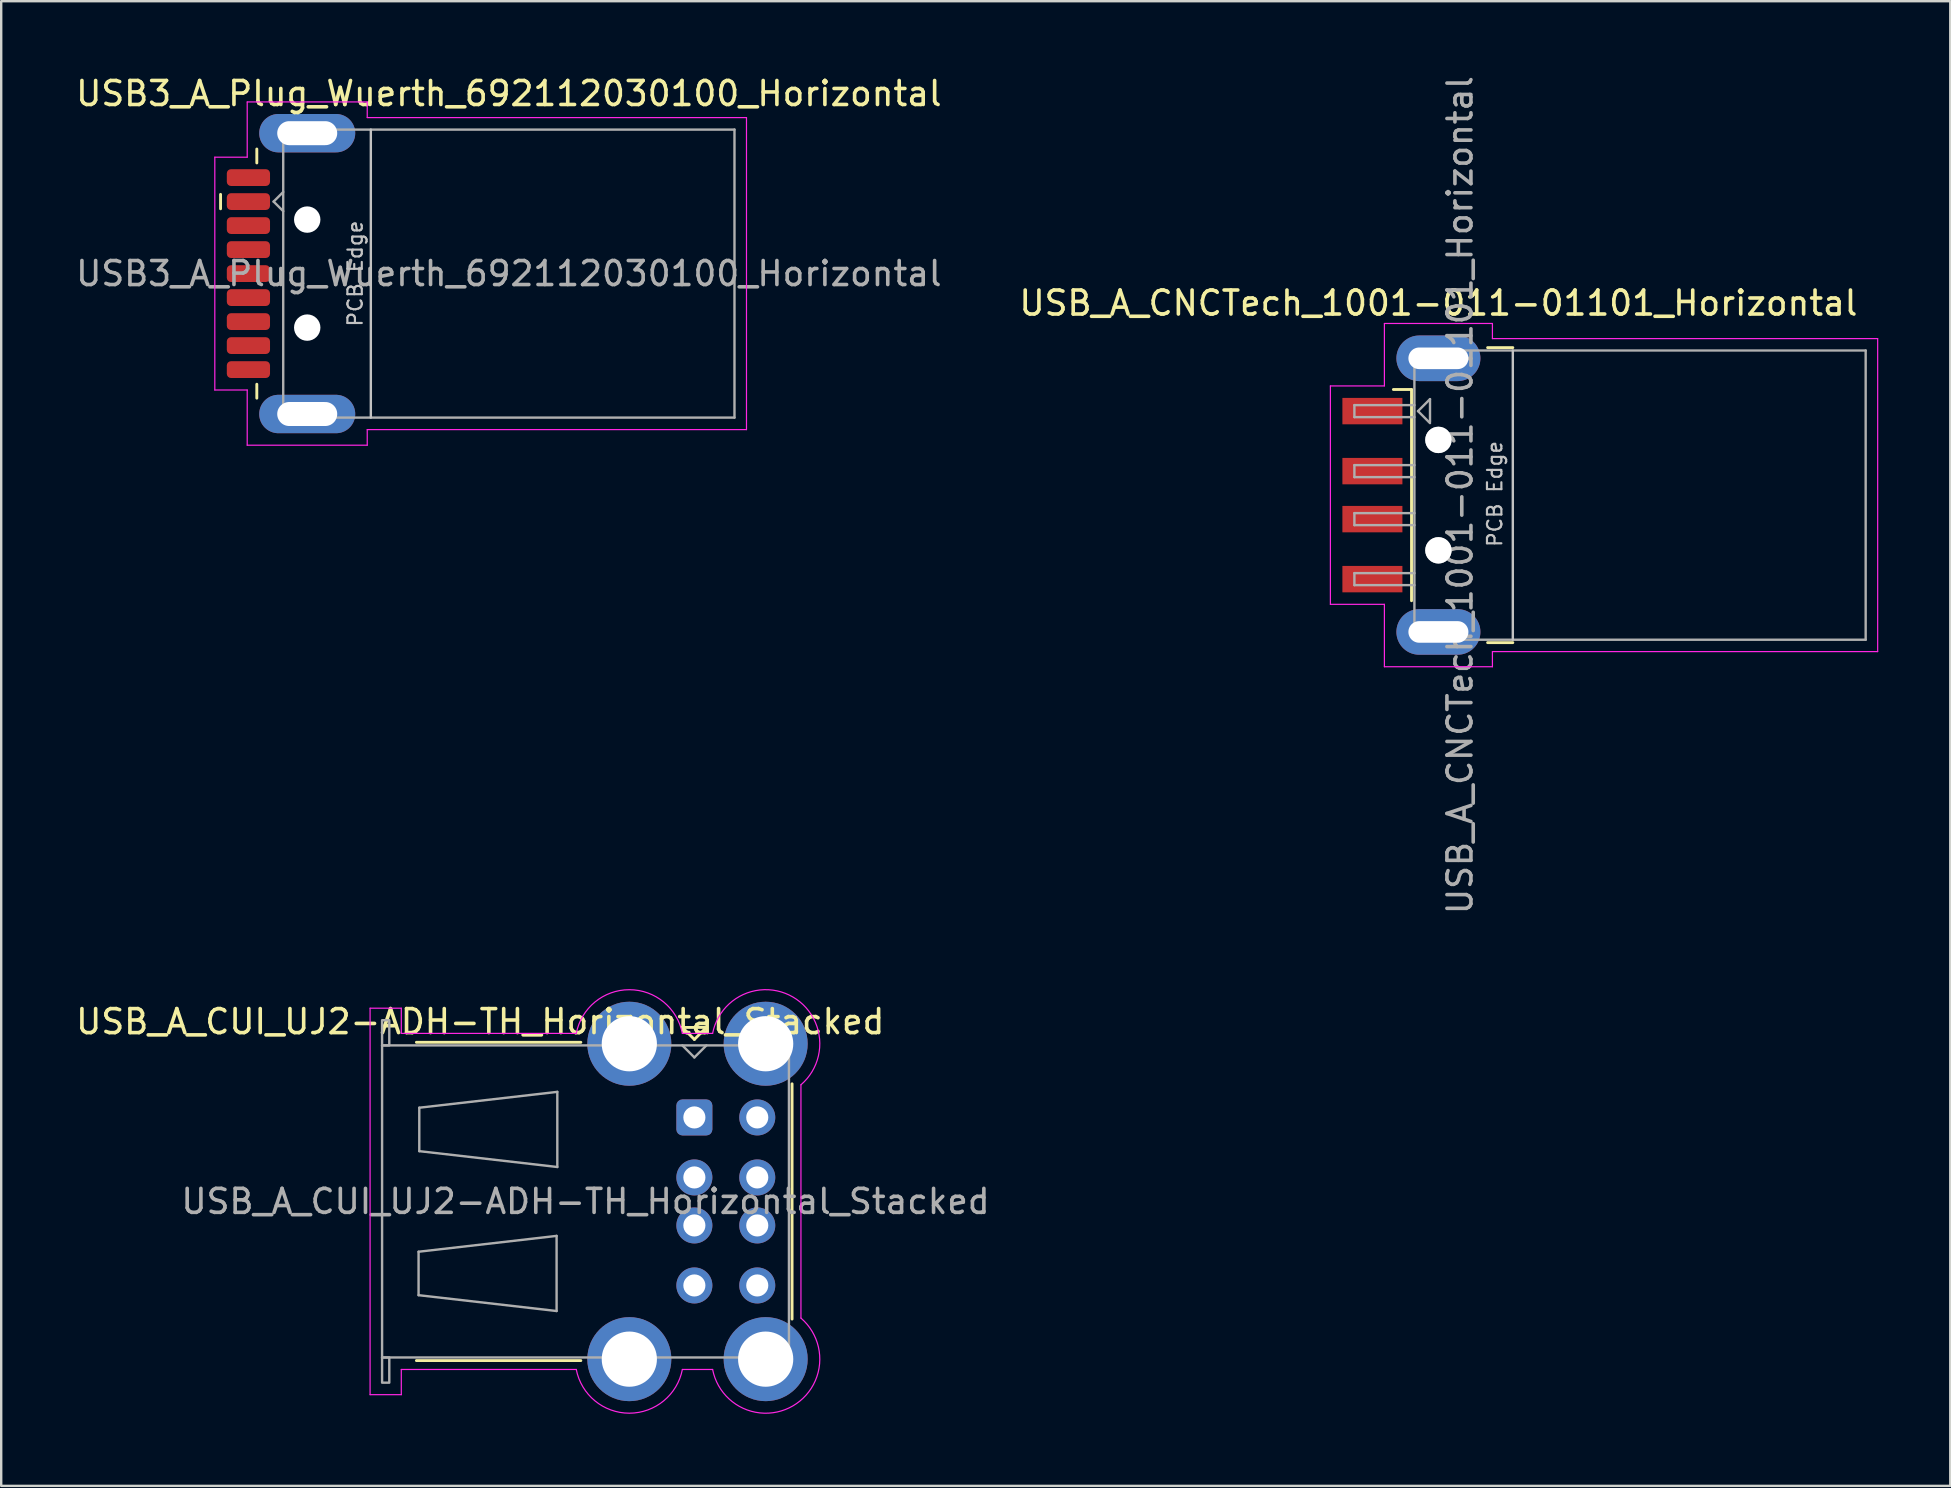
<source format=kicad_pcb>
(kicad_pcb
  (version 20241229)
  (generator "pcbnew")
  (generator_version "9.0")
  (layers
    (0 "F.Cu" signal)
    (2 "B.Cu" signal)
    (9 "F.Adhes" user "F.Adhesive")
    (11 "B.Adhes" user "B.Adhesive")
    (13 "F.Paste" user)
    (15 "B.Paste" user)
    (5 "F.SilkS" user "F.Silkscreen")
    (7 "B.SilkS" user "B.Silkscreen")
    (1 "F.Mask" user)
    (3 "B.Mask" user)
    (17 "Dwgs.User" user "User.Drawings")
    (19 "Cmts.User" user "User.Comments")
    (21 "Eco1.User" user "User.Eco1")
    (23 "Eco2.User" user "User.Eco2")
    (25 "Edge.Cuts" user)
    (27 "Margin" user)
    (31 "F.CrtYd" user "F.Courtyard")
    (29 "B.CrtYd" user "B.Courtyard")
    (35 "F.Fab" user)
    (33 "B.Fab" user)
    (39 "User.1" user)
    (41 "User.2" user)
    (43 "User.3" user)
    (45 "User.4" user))
  (footprint "USB3_A_Plug_Wuerth_692112030100_Horizontal"
    (layer "F.Cu")
    (at 18.149 8.348)
    (property "Reference" "USB3_A_Plug_Wuerth_692112030100_Horizontal" (at 0 -7.5 0) (layer "F.SilkS") (effects (font (size 1 1) (thickness 0.15))))
    (attr smd)
    (fp_line (start -12.01 -2.7) (end -12.01 -3.3) (stroke (width 0.12) (type solid)) (layer "F.SilkS"))
    (fp_line (start -10.5 -4.61) (end -10.5 -5.19) (stroke (width 0.12) (type solid)) (layer "F.SilkS"))
    (fp_line (start -10.5 4.61) (end -10.5 5.19) (stroke (width 0.12) (type solid)) (layer "F.SilkS"))
    (fp_line (start -5.75 6) (end -5.75 -6) (stroke (width 0.1) (type solid)) (layer "Dwgs.User"))
    (fp_line (start -12.25 -4.85) (end -12.25 4.85) (stroke (width 0.05) (type solid)) (layer "F.CrtYd"))
    (fp_line (start -10.9 -7.15) (end -10.9 -4.85) (stroke (width 0.05) (type solid)) (layer "F.CrtYd"))
    (fp_line (start -10.9 -4.85) (end -12.25 -4.85) (stroke (width 0.05) (type solid)) (layer "F.CrtYd"))
    (fp_line (start -10.9 4.85) (end -12.25 4.85) (stroke (width 0.05) (type solid)) (layer "F.CrtYd"))
    (fp_line (start -10.9 7.15) (end -10.9 4.85) (stroke (width 0.05) (type solid)) (layer "F.CrtYd"))
    (fp_line (start -5.9 -7.15) (end -10.9 -7.15) (stroke (width 0.05) (type solid)) (layer "F.CrtYd"))
    (fp_line (start -5.9 -6.5) (end -5.9 -7.15) (stroke (width 0.05) (type solid)) (layer "F.CrtYd"))
    (fp_line (start -5.9 6.5) (end -5.9 7.15) (stroke (width 0.05) (type solid)) (layer "F.CrtYd"))
    (fp_line (start -5.9 7.15) (end -10.9 7.15) (stroke (width 0.05) (type solid)) (layer "F.CrtYd"))
    (fp_line (start 9.9 -6.5) (end -5.9 -6.5) (stroke (width 0.05) (type solid)) (layer "F.CrtYd"))
    (fp_line (start 9.9 6.5) (end -5.9 6.5) (stroke (width 0.05) (type solid)) (layer "F.CrtYd"))
    (fp_line (start 9.9 6.5) (end 9.9 -6.5) (stroke (width 0.05) (type solid)) (layer "F.CrtYd"))
    (fp_line (start -9.8 -3) (end -9.4 -3.4) (stroke (width 0.1) (type solid)) (layer "F.Fab"))
    (fp_line (start -9.8 -3) (end -9.4 -2.6) (stroke (width 0.1) (type solid)) (layer "F.Fab"))
    (fp_line (start -9.4 6) (end -9.4 -6) (stroke (width 0.1) (type solid)) (layer "F.Fab"))
    (fp_line (start 9.4 -6) (end -9.4 -6) (stroke (width 0.1) (type solid)) (layer "F.Fab"))
    (fp_line (start 9.4 6) (end -9.4 6) (stroke (width 0.1) (type solid)) (layer "F.Fab"))
    (fp_line (start 9.4 6) (end 9.4 -6) (stroke (width 0.1) (type solid)) (layer "F.Fab"))
    (fp_text user "PCB Edge" (at -6.4 0 90) (layer "Dwgs.User") (effects (font (size 0.6 0.6) (thickness 0.09))))
    (fp_text user "${REFERENCE}" (at 0 0 180) (layer "F.Fab") (effects (font (size 1 1) (thickness 0.15))))
    (pad "" np_thru_hole circle (at -8.4 -2.25 90) (size 1.1 1.1) (drill 1.1) (layers "*.Cu" "*.Mask"))
    (pad "" np_thru_hole circle (at -8.4 2.25 90) (size 1.1 1.1) (drill 1.1) (layers "*.Cu" "*.Mask"))
    (pad "1" smd roundrect (at -10.85 -3 90) (size 0.7 1.8) (layers "F.Cu" "F.Mask" "F.Paste") (roundrect_rratio 0.25))
    (pad "2" smd roundrect (at -10.85 -1 90) (size 0.7 1.8) (layers "F.Cu" "F.Mask" "F.Paste") (roundrect_rratio 0.25))
    (pad "3" smd roundrect (at -10.85 1 90) (size 0.7 1.8) (layers "F.Cu" "F.Mask" "F.Paste") (roundrect_rratio 0.25))
    (pad "4" smd roundrect (at -10.85 3 90) (size 0.7 1.8) (layers "F.Cu" "F.Mask" "F.Paste") (roundrect_rratio 0.25))
    (pad "5" smd roundrect (at -10.85 4 90) (size 0.7 1.8) (layers "F.Cu" "F.Mask" "F.Paste") (roundrect_rratio 0.25))
    (pad "6" smd roundrect (at -10.85 2 90) (size 0.7 1.8) (layers "F.Cu" "F.Mask" "F.Paste") (roundrect_rratio 0.25))
    (pad "7" smd roundrect (at -10.85 0 90) (size 0.7 1.8) (layers "F.Cu" "F.Mask" "F.Paste") (roundrect_rratio 0.25))
    (pad "8" smd roundrect (at -10.85 -2 90) (size 0.7 1.8) (layers "F.Cu" "F.Mask" "F.Paste") (roundrect_rratio 0.25))
    (pad "9" smd roundrect (at -10.85 -4) (size 1.8 0.7) (layers "F.Cu" "F.Mask" "F.Paste") (roundrect_rratio 0.25))
    (pad "10" thru_hole oval (at -8.4 -5.85 90) (size 1.6 4) (drill oval 1 2.5) (property pad_prop_mechanical) (layers "*.Cu" "*.Mask"))
    (pad "10" thru_hole oval (at -8.4 5.85 90) (size 1.6 4) (drill oval 1 2.5) (property pad_prop_mechanical) (layers "*.Cu" "*.Mask")))
  (footprint "USB_A_CNCTech_1001-011-01101_Horizontal"
    (layer "F.Cu")
    (at 63.775 17.577)
    (property "Reference" "USB_A_CNCTech_1001-011-01101_Horizontal" (at -6.9 -8 0) (layer "F.SilkS") (effects (font (size 1 1) (thickness 0.15))))
    (attr smd)
    (fp_line (start -8.02 -4.4) (end -8.775 -4.4) (stroke (width 0.12) (type solid)) (layer "F.SilkS"))
    (fp_line (start -8.02 -4.4) (end -8.02 4.4) (stroke (width 0.12) (type solid)) (layer "F.SilkS"))
    (fp_line (start -4.85 -6.145) (end -3.8 -6.145) (stroke (width 0.12) (type solid)) (layer "F.SilkS"))
    (fp_line (start -4.85 6.145) (end -3.8 6.145) (stroke (width 0.12) (type solid)) (layer "F.SilkS"))
    (fp_line (start -3.8 6.025) (end -3.8 -6.025) (stroke (width 0.1) (type solid)) (layer "Dwgs.User"))
    (fp_line (start -11.4 -4.55) (end -9.15 -4.55) (stroke (width 0.05) (type solid)) (layer "F.CrtYd"))
    (fp_line (start -11.4 4.55) (end -11.4 -4.55) (stroke (width 0.05) (type solid)) (layer "F.CrtYd"))
    (fp_line (start -11.4 4.55) (end -9.15 4.55) (stroke (width 0.05) (type solid)) (layer "F.CrtYd"))
    (fp_line (start -9.15 -7.15) (end -9.15 -4.55) (stroke (width 0.05) (type solid)) (layer "F.CrtYd"))
    (fp_line (start -9.15 -7.15) (end -4.65 -7.15) (stroke (width 0.05) (type solid)) (layer "F.CrtYd"))
    (fp_line (start -9.15 4.55) (end -9.15 7.15) (stroke (width 0.05) (type solid)) (layer "F.CrtYd"))
    (fp_line (start -9.15 7.15) (end -4.65 7.15) (stroke (width 0.05) (type solid)) (layer "F.CrtYd"))
    (fp_line (start -4.65 -6.52) (end -4.65 -7.15) (stroke (width 0.05) (type solid)) (layer "F.CrtYd"))
    (fp_line (start -4.65 -6.52) (end 11.4 -6.52) (stroke (width 0.05) (type solid)) (layer "F.CrtYd"))
    (fp_line (start -4.65 6.52) (end 11.4 6.52) (stroke (width 0.05) (type solid)) (layer "F.CrtYd"))
    (fp_line (start -4.65 7.15) (end -4.65 6.52) (stroke (width 0.05) (type solid)) (layer "F.CrtYd"))
    (fp_line (start 11.4 6.52) (end 11.4 -6.52) (stroke (width 0.05) (type solid)) (layer "F.CrtYd"))
    (fp_line (start -10.4 -3.75) (end -7.9 -3.75) (stroke (width 0.1) (type solid)) (layer "F.Fab"))
    (fp_line (start -10.4 -3.25) (end -10.4 -3.75) (stroke (width 0.1) (type solid)) (layer "F.Fab"))
    (fp_line (start -10.4 -3.25) (end -7.9 -3.25) (stroke (width 0.1) (type solid)) (layer "F.Fab"))
    (fp_line (start -10.4 -1.25) (end -7.9 -1.25) (stroke (width 0.1) (type solid)) (layer "F.Fab"))
    (fp_line (start -10.4 -0.75) (end -10.4 -1.25) (stroke (width 0.1) (type solid)) (layer "F.Fab"))
    (fp_line (start -10.4 -0.75) (end -7.9 -0.75) (stroke (width 0.1) (type solid)) (layer "F.Fab"))
    (fp_line (start -10.4 0.75) (end -7.9 0.75) (stroke (width 0.1) (type solid)) (layer "F.Fab"))
    (fp_line (start -10.4 1.25) (end -10.4 0.75) (stroke (width 0.1) (type solid)) (layer "F.Fab"))
    (fp_line (start -10.4 1.25) (end -7.9 1.25) (stroke (width 0.1) (type solid)) (layer "F.Fab"))
    (fp_line (start -10.4 3.25) (end -7.9 3.25) (stroke (width 0.1) (type solid)) (layer "F.Fab"))
    (fp_line (start -10.4 3.75) (end -10.4 3.25) (stroke (width 0.1) (type solid)) (layer "F.Fab"))
    (fp_line (start -10.4 3.75) (end -7.9 3.75) (stroke (width 0.1) (type solid)) (layer "F.Fab"))
    (fp_line (start -7.9 -6.025) (end 10.9 -6.025) (stroke (width 0.1) (type solid)) (layer "F.Fab"))
    (fp_line (start -7.9 6.025) (end -7.9 -6.025) (stroke (width 0.1) (type solid)) (layer "F.Fab"))
    (fp_line (start -7.9 6.025) (end 10.9 6.025) (stroke (width 0.1) (type solid)) (layer "F.Fab"))
    (fp_line (start -7.75 -3.5) (end -7.25 -4) (stroke (width 0.1) (type solid)) (layer "F.Fab"))
    (fp_line (start -7.75 -3.5) (end -7.25 -3) (stroke (width 0.1) (type solid)) (layer "F.Fab"))
    (fp_line (start -7.25 -4) (end -7.25 -3.05) (stroke (width 0.1) (type solid)) (layer "F.Fab"))
    (fp_line (start 10.9 6.025) (end 10.9 -6.025) (stroke (width 0.1) (type solid)) (layer "F.Fab"))
    (fp_circle (center -6.9 -2.3) (end -6.9 -2.8) (stroke (width 0.1) (type solid)) (fill no) (layer "F.Fab"))
    (fp_circle (center -6.9 2.3) (end -6.9 2.8) (stroke (width 0.1) (type solid)) (fill no) (layer "F.Fab"))
    (fp_text user "PCB Edge" (at -4.55 -0.05 90) (layer "Dwgs.User") (effects (font (size 0.6 0.6) (thickness 0.09))))
    (fp_text user "${REFERENCE}" (at -6 0 90) (layer "F.Fab") (effects (font (size 1 1) (thickness 0.15))))
    (pad "" np_thru_hole circle (at -6.9 -2.3) (size 1.1 1.1) (drill 1.1) (layers "*.Cu" "*.Mask"))
    (pad "" np_thru_hole circle (at -6.9 2.3) (size 1.1 1.1) (drill 1.1) (layers "*.Cu" "*.Mask"))
    (pad "1" smd rect (at -9.65 -3.5) (size 2.5 1.1) (layers "F.Cu" "F.Mask" "F.Paste"))
    (pad "2" smd rect (at -9.65 -1) (size 2.5 1.1) (layers "F.Cu" "F.Mask" "F.Paste"))
    (pad "3" smd rect (at -9.65 1) (size 2.5 1.1) (layers "F.Cu" "F.Mask" "F.Paste"))
    (pad "4" smd rect (at -9.65 3.5) (size 2.5 1.1) (layers "F.Cu" "F.Mask" "F.Paste"))
    (pad "5" thru_hole oval (at -6.9 -5.7) (size 3.5 1.9) (drill oval 2.5 0.9) (property pad_prop_mechanical) (layers "*.Cu" "*.Mask"))
    (pad "5" thru_hole oval (at -6.9 5.7) (size 3.5 1.9) (drill oval 2.5 0.9) (property pad_prop_mechanical) (layers "*.Cu" "*.Mask")))
  (footprint "USB_A_CUI_UJ2-ADH-TH_Horizontal_Stacked"
    (layer "F.Cu")
    (at 25.878 43.503)
    (property "Reference" "USB_A_CUI_UJ2-ADH-TH_Horizontal_Stacked" (at -8.92 -3.99 0) (layer "F.SilkS") (effects (font (size 1 1) (thickness 0.15))))
    (attr through_hole)
    (fp_line (start -11.58 10.13) (end -4.73 10.13) (stroke (width 0.12) (type solid)) (layer "F.SilkS"))
    (fp_line (start -4.73 -3.13) (end -11.58 -3.13) (stroke (width 0.12) (type solid)) (layer "F.SilkS"))
    (fp_line (start -0.5 -3.75) (end 0 -3.25) (stroke (width 0.12) (type solid)) (layer "F.SilkS"))
    (fp_line (start 0 -3.25) (end 0.5 -3.75) (stroke (width 0.12) (type solid)) (layer "F.SilkS"))
    (fp_line (start 0.5 -3.75) (end -0.5 -3.75) (stroke (width 0.12) (type solid)) (layer "F.SilkS"))
    (fp_line (start 4.07 8.4) (end 4.07 -1.4) (stroke (width 0.12) (type solid)) (layer "F.SilkS"))
    (fp_line (start -13.51 -4.55) (end -13.51 11.55) (stroke (width 0.05) (type solid)) (layer "F.CrtYd"))
    (fp_line (start -13.51 -4.55) (end -12.21 -4.55) (stroke (width 0.05) (type default)) (layer "F.CrtYd"))
    (fp_line (start -13.51 11.55) (end -12.21 11.55) (stroke (width 0.05) (type default)) (layer "F.CrtYd"))
    (fp_line (start -12.21 -4.55) (end -12.21 -3.5) (stroke (width 0.05) (type solid)) (layer "F.CrtYd"))
    (fp_line (start -12.21 10.5) (end -4.92 10.5) (stroke (width 0.05) (type solid)) (layer "F.CrtYd"))
    (fp_line (start -12.21 11.55) (end -12.21 10.5) (stroke (width 0.05) (type solid)) (layer "F.CrtYd"))
    (fp_line (start -4.92 -3.5) (end -12.21 -3.5) (stroke (width 0.05) (type solid)) (layer "F.CrtYd"))
    (fp_line (start -0.5 -3.5) (end 0.76 -3.5) (stroke (width 0.05) (type solid)) (layer "F.CrtYd"))
    (fp_line (start -0.5 10.5) (end 0.76 10.5) (stroke (width 0.05) (type solid)) (layer "F.CrtYd"))
    (fp_line (start 4.44 8.36) (end 4.44 -1.36) (stroke (width 0.05) (type solid)) (layer "F.CrtYd"))
    (fp_arc (start -4.92 -3.5) (mid -2.71 -5.321444) (end -0.5 -3.5) (stroke (width 0.05) (type solid)) (layer "F.CrtYd"))
    (fp_arc (start -0.5 10.5) (mid -2.71 12.321444) (end -4.92 10.5) (stroke (width 0.05) (type solid)) (layer "F.CrtYd"))
    (fp_arc (start 0.76 -3.5) (mid 4.104744 -5.017597) (end 4.44 -1.36) (stroke (width 0.05) (type solid)) (layer "F.CrtYd"))
    (fp_arc (start 2.97 10.07) (mid 2.97 10.07) (end 2.97 10.07) (stroke (width 0.05) (type solid)) (layer "F.CrtYd"))
    (fp_arc (start 4.44 8.36) (mid 4.104745 12.017598) (end 0.76 10.5) (stroke (width 0.05) (type solid)) (layer "F.CrtYd"))
    (fp_line (start -13.01 -3) (end -13.01 10) (stroke (width 0.1) (type solid)) (layer "F.Fab"))
    (fp_line (start -13.01 10) (end 3.94 10) (stroke (width 0.1) (type solid)) (layer "F.Fab"))
    (fp_line (start -11.49 5.595) (end -11.49 7.405) (stroke (width 0.1) (type solid)) (layer "F.Fab"))
    (fp_line (start -11.49 7.405) (end -5.74 8.065) (stroke (width 0.1) (type solid)) (layer "F.Fab"))
    (fp_line (start -11.46 -0.405) (end -11.46 1.405) (stroke (width 0.1) (type solid)) (layer "F.Fab"))
    (fp_line (start -11.46 1.405) (end -5.71 2.065) (stroke (width 0.1) (type solid)) (layer "F.Fab"))
    (fp_line (start -5.74 4.935) (end -11.49 5.595) (stroke (width 0.1) (type solid)) (layer "F.Fab"))
    (fp_line (start -5.74 8.065) (end -5.74 4.935) (stroke (width 0.1) (type solid)) (layer "F.Fab"))
    (fp_line (start -5.71 -1.065) (end -11.46 -0.405) (stroke (width 0.1) (type solid)) (layer "F.Fab"))
    (fp_line (start -5.71 2.065) (end -5.71 -1.065) (stroke (width 0.1) (type solid)) (layer "F.Fab"))
    (fp_line (start 0 -2.5) (end -0.5 -3) (stroke (width 0.1) (type solid)) (layer "F.Fab"))
    (fp_line (start 0 -2.5) (end 0.5 -3) (stroke (width 0.1) (type solid)) (layer "F.Fab"))
    (fp_line (start 3.94 -3) (end -13.01 -3) (stroke (width 0.1) (type solid)) (layer "F.Fab"))
    (fp_line (start 3.94 10) (end 3.94 -3) (stroke (width 0.1) (type solid)) (layer "F.Fab"))
    (fp_rect (start -13.01 -4.05) (end -12.71 -3) (stroke (width 0.1) (type default)) (fill no) (layer "F.Fab"))
    (fp_rect (start -13.01 10) (end -12.71 11.05) (stroke (width 0.1) (type default)) (fill no) (layer "F.Fab"))
    (fp_text user "${REFERENCE}" (at -4.535 3.5 0) (layer "F.Fab") (effects (font (size 1 1) (thickness 0.15))))
    (pad "1" thru_hole roundrect (at 0 0) (size 1.5 1.5) (drill 0.92) (layers "*.Cu" "*.Mask") (roundrect_rratio 0.167))
    (pad "2" thru_hole circle (at 0 2.5) (size 1.5 1.5) (drill 0.92) (layers "*.Cu" "*.Mask"))
    (pad "3" thru_hole circle (at 0 4.5) (size 1.5 1.5) (drill 0.92) (layers "*.Cu" "*.Mask"))
    (pad "4" thru_hole circle (at 0 7) (size 1.5 1.5) (drill 0.92) (layers "*.Cu" "*.Mask"))
    (pad "5" thru_hole circle (at 2.62 0) (size 1.5 1.5) (drill 0.92) (layers "*.Cu" "*.Mask"))
    (pad "6" thru_hole circle (at 2.62 2.5) (size 1.5 1.5) (drill 0.92) (layers "*.Cu" "*.Mask"))
    (pad "7" thru_hole circle (at 2.62 4.5) (size 1.5 1.5) (drill 0.92) (layers "*.Cu" "*.Mask"))
    (pad "8" thru_hole circle (at 2.62 7) (size 1.5 1.5) (drill 0.92) (layers "*.Cu" "*.Mask"))
    (pad "SH" thru_hole circle (at -2.71 -3.07) (size 3.5 3.5) (drill 2.3) (layers "*.Cu" "*.Mask"))
    (pad "SH" thru_hole circle (at -2.71 10.07) (size 3.5 3.5) (drill 2.3) (layers "*.Cu" "*.Mask"))
    (pad "SH" thru_hole circle (at 2.97 -3.07) (size 3.5 3.5) (drill 2.3) (layers "*.Cu" "*.Mask"))
    (pad "SH" thru_hole circle (at 2.97 10.07) (size 3.5 3.5) (drill 2.3) (layers "*.Cu" "*.Mask")))
  (gr_rect
    (start -3 -3)
    (end 78.2 58.851)
    (stroke (width 0.1) (type default))
    (fill no)
    (layer "Edge.Cuts")))
</source>
